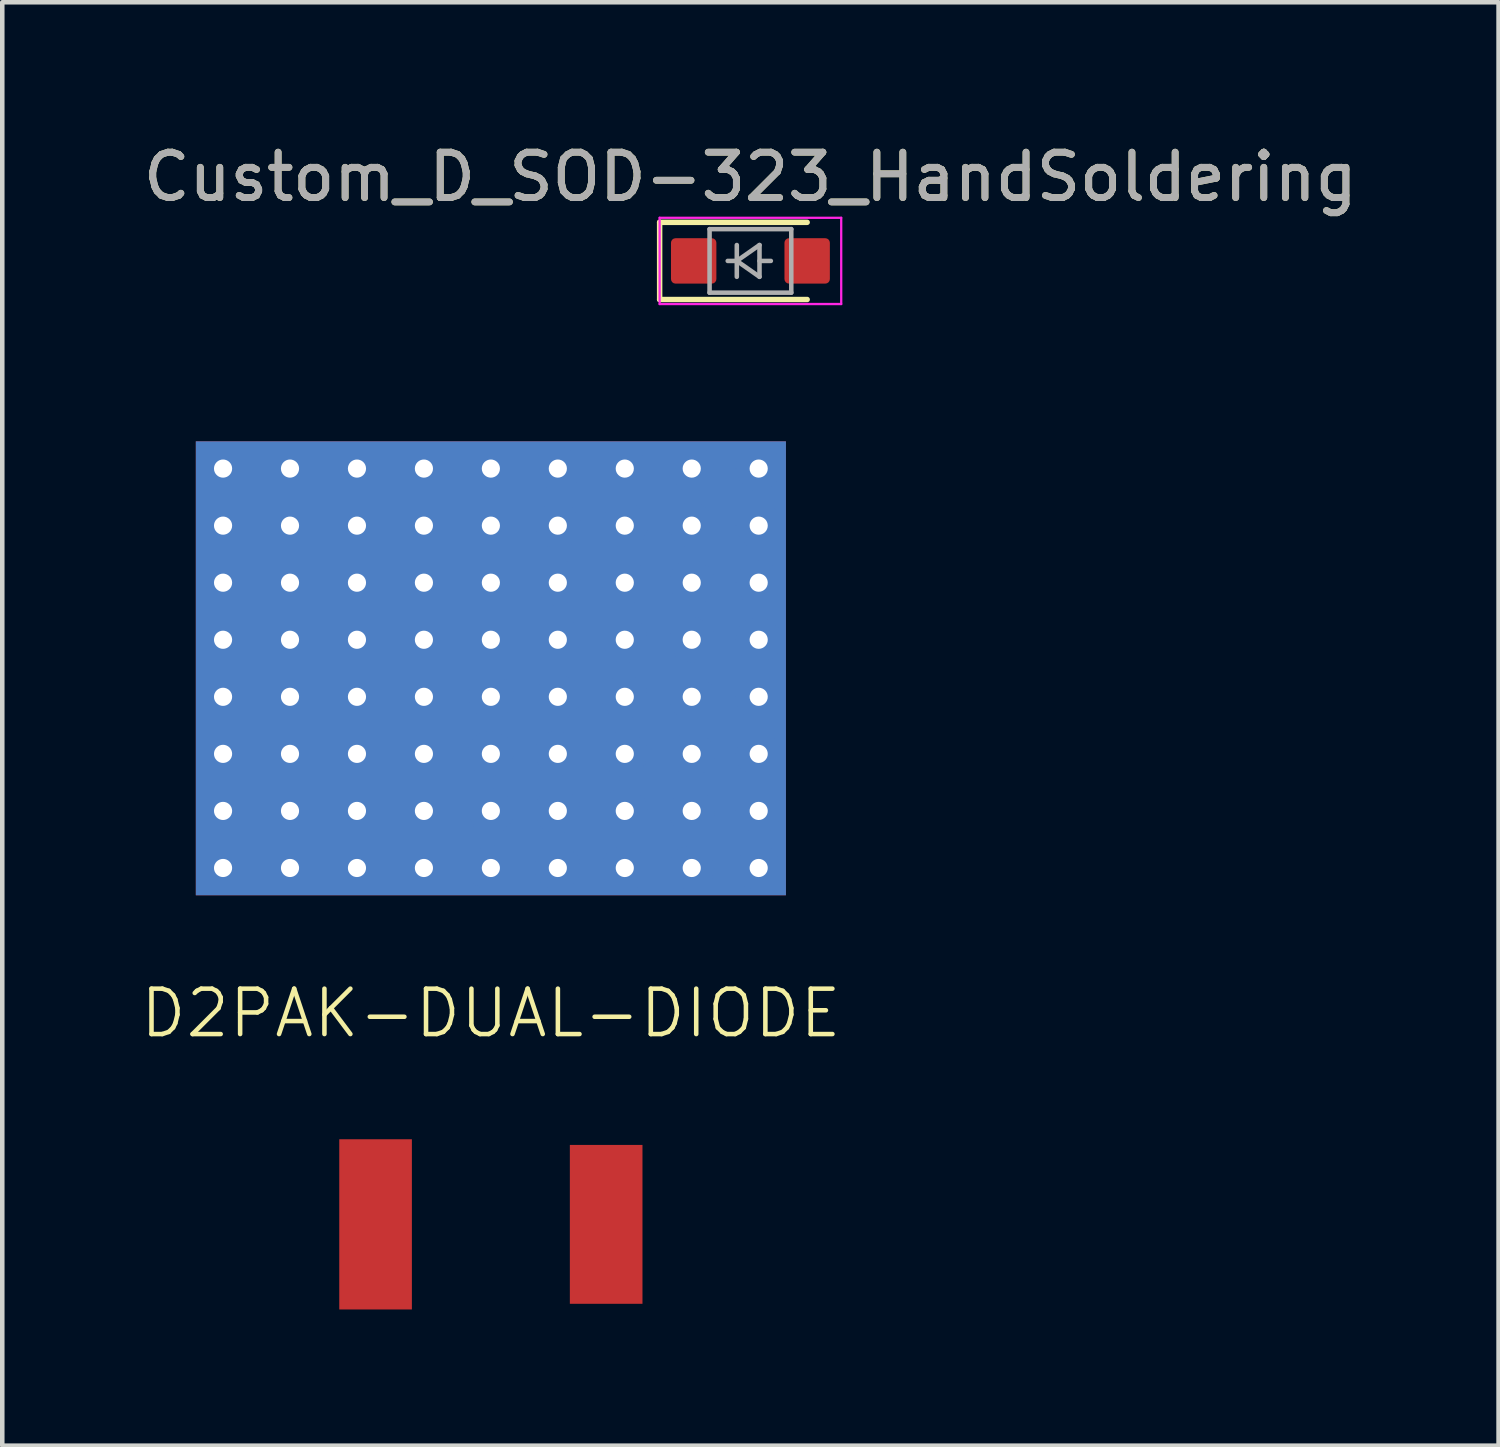
<source format=kicad_pcb>
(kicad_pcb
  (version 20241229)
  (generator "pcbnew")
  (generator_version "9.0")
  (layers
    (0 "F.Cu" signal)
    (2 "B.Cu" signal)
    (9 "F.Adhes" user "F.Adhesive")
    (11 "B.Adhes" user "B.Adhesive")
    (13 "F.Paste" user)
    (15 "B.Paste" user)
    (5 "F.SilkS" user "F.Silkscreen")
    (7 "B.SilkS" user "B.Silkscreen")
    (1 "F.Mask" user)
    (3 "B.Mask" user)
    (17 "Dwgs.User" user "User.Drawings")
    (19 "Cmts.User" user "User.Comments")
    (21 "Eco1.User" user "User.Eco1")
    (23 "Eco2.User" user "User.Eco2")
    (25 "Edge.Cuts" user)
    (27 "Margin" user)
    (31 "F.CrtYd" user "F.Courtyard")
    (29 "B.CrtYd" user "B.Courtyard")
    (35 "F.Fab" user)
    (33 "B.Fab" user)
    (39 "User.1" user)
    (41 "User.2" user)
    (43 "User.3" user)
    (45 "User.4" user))
  (footprint "Custom_D_SOD-323_HandSoldering"
    (layer "F.Cu")
    (at 13.482 2.698)
    (property "Reference" "Custom_D_SOD-323_HandSoldering" (at 0 -1.85 0) (layer "F.SilkS") (effects (font (size 1 1) (thickness 0.15))))
    (attr smd)
    (fp_line (start -2 -0.85) (end -2 0.85) (stroke (width 0.12) (type solid)) (layer "F.SilkS"))
    (fp_line (start -2 -0.85) (end 1.25 -0.85) (stroke (width 0.12) (type solid)) (layer "F.SilkS"))
    (fp_line (start -2 0.85) (end 1.25 0.85) (stroke (width 0.12) (type solid)) (layer "F.SilkS"))
    (fp_line (start -2 -0.95) (end -2 0.95) (stroke (width 0.05) (type solid)) (layer "F.CrtYd"))
    (fp_line (start -2 -0.95) (end 2 -0.95) (stroke (width 0.05) (type solid)) (layer "F.CrtYd"))
    (fp_line (start -2 0.95) (end 2 0.95) (stroke (width 0.05) (type solid)) (layer "F.CrtYd"))
    (fp_line (start 2 -0.95) (end 2 0.95) (stroke (width 0.05) (type solid)) (layer "F.CrtYd"))
    (fp_line (start -0.9 -0.7) (end 0.9 -0.7) (stroke (width 0.1) (type solid)) (layer "F.Fab"))
    (fp_line (start -0.9 0.7) (end -0.9 -0.7) (stroke (width 0.1) (type solid)) (layer "F.Fab"))
    (fp_line (start -0.3 -0.35) (end -0.3 0.35) (stroke (width 0.1) (type solid)) (layer "F.Fab"))
    (fp_line (start -0.3 0) (end -0.5 0) (stroke (width 0.1) (type solid)) (layer "F.Fab"))
    (fp_line (start -0.3 0) (end 0.2 -0.35) (stroke (width 0.1) (type solid)) (layer "F.Fab"))
    (fp_line (start 0.2 -0.35) (end 0.2 0.35) (stroke (width 0.1) (type solid)) (layer "F.Fab"))
    (fp_line (start 0.2 0) (end 0.45 0) (stroke (width 0.1) (type solid)) (layer "F.Fab"))
    (fp_line (start 0.2 0.35) (end -0.3 0) (stroke (width 0.1) (type solid)) (layer "F.Fab"))
    (fp_line (start 0.9 -0.7) (end 0.9 0.7) (stroke (width 0.1) (type solid)) (layer "F.Fab"))
    (fp_line (start 0.9 0.7) (end -0.9 0.7) (stroke (width 0.1) (type solid)) (layer "F.Fab"))
    (fp_text user "${REFERENCE}" (at 0 -1.85 0) (layer "F.Fab") (effects (font (size 1 1) (thickness 0.15))))
    (pad "1" smd roundrect (at -1.25 0) (size 1 1) (layers "F.Cu" "F.Mask" "F.Paste") (roundrect_rratio 0.1))
    (pad "2" smd roundrect (at 1.25 0) (size 1 1) (layers "F.Cu" "F.Mask" "F.Paste") (roundrect_rratio 0.1)))
  (footprint "D2PAK-DUAL-DIODE"
    (layer "F.Cu")
    (at 7.764 13.173)
    (property "Reference" "D2PAK-DUAL-DIODE" (at 0 6.1 0) (layer "F.SilkS") (effects (font (size 1 1) (thickness 0.1))))
    (attr through_hole)
    (pad "1" thru_hole circle (at -5.9 -5.9) (size 1 1) (drill 0.4) (layers "*.Cu" "*.Mask"))
    (pad "1" thru_hole circle (at -5.9 -4.643) (size 1 1) (drill 0.4) (layers "*.Cu" "*.Mask"))
    (pad "1" thru_hole circle (at -5.9 -3.386) (size 1 1) (drill 0.4) (layers "*.Cu" "*.Mask"))
    (pad "1" thru_hole circle (at -5.9 -2.129) (size 1 1) (drill 0.4) (layers "*.Cu" "*.Mask"))
    (pad "1" thru_hole circle (at -5.9 -0.872) (size 1 1) (drill 0.4) (layers "*.Cu" "*.Mask"))
    (pad "1" thru_hole circle (at -5.9 0.385) (size 1 1) (drill 0.4) (layers "*.Cu" "*.Mask"))
    (pad "1" thru_hole circle (at -5.9 1.642) (size 1 1) (drill 0.4) (layers "*.Cu" "*.Mask"))
    (pad "1" thru_hole circle (at -5.9 2.899) (size 1 1) (drill 0.4) (layers "*.Cu" "*.Mask"))
    (pad "1" thru_hole circle (at -4.425 -5.9) (size 1 1) (drill 0.4) (layers "*.Cu" "*.Mask"))
    (pad "1" thru_hole circle (at -4.425 -4.643) (size 1 1) (drill 0.4) (layers "*.Cu" "*.Mask"))
    (pad "1" thru_hole circle (at -4.425 -3.386) (size 1 1) (drill 0.4) (layers "*.Cu" "*.Mask"))
    (pad "1" thru_hole circle (at -4.425 -2.129) (size 1 1) (drill 0.4) (layers "*.Cu" "*.Mask"))
    (pad "1" thru_hole circle (at -4.425 -0.872) (size 1 1) (drill 0.4) (layers "*.Cu" "*.Mask"))
    (pad "1" thru_hole circle (at -4.425 0.385) (size 1 1) (drill 0.4) (layers "*.Cu" "*.Mask"))
    (pad "1" thru_hole circle (at -4.425 1.642) (size 1 1) (drill 0.4) (layers "*.Cu" "*.Mask"))
    (pad "1" thru_hole circle (at -4.425 2.899) (size 1 1) (drill 0.4) (layers "*.Cu" "*.Mask"))
    (pad "1" thru_hole circle (at -2.95 -5.9) (size 1 1) (drill 0.4) (layers "*.Cu" "*.Mask"))
    (pad "1" thru_hole circle (at -2.95 -4.643) (size 1 1) (drill 0.4) (layers "*.Cu" "*.Mask"))
    (pad "1" thru_hole circle (at -2.95 -3.386) (size 1 1) (drill 0.4) (layers "*.Cu" "*.Mask"))
    (pad "1" thru_hole circle (at -2.95 -2.129) (size 1 1) (drill 0.4) (layers "*.Cu" "*.Mask"))
    (pad "1" thru_hole circle (at -2.95 -0.872) (size 1 1) (drill 0.4) (layers "*.Cu" "*.Mask"))
    (pad "1" thru_hole circle (at -2.95 0.385) (size 1 1) (drill 0.4) (layers "*.Cu" "*.Mask"))
    (pad "1" thru_hole circle (at -2.95 1.642) (size 1 1) (drill 0.4) (layers "*.Cu" "*.Mask"))
    (pad "1" thru_hole circle (at -2.95 2.899) (size 1 1) (drill 0.4) (layers "*.Cu" "*.Mask"))
    (pad "1" thru_hole circle (at -1.475 -5.9) (size 1 1) (drill 0.4) (layers "*.Cu" "*.Mask"))
    (pad "1" thru_hole circle (at -1.475 -4.643) (size 1 1) (drill 0.4) (layers "*.Cu" "*.Mask"))
    (pad "1" thru_hole circle (at -1.475 -3.386) (size 1 1) (drill 0.4) (layers "*.Cu" "*.Mask"))
    (pad "1" thru_hole circle (at -1.475 -2.129) (size 1 1) (drill 0.4) (layers "*.Cu" "*.Mask"))
    (pad "1" thru_hole circle (at -1.475 -0.872) (size 1 1) (drill 0.4) (layers "*.Cu" "*.Mask"))
    (pad "1" thru_hole circle (at -1.475 0.385) (size 1 1) (drill 0.4) (layers "*.Cu" "*.Mask"))
    (pad "1" thru_hole circle (at -1.475 1.642) (size 1 1) (drill 0.4) (layers "*.Cu" "*.Mask"))
    (pad "1" thru_hole circle (at -1.475 2.899) (size 1 1) (drill 0.4) (layers "*.Cu" "*.Mask"))
    (pad "1" thru_hole circle (at 0 -5.9) (size 1 1) (drill 0.4) (layers "*.Cu" "*.Mask"))
    (pad "1" thru_hole circle (at 0 -4.643) (size 1 1) (drill 0.4) (layers "*.Cu" "*.Mask"))
    (pad "1" thru_hole circle (at 0 -3.386) (size 1 1) (drill 0.4) (layers "*.Cu" "*.Mask"))
    (pad "1" thru_hole circle (at 0 -2.129) (size 1 1) (drill 0.4) (layers "*.Cu" "*.Mask"))
    (pad "1" smd rect (at 0 -1.5) (size 13 10) (layers "F.Cu" "F.Mask"))
    (pad "1" smd rect (at 0 -1.5) (size 13 10) (layers "B.Cu" "B.Mask"))
    (pad "1" thru_hole circle (at 0 -0.872) (size 1 1) (drill 0.4) (layers "*.Cu" "*.Mask"))
    (pad "1" thru_hole circle (at 0 0.385) (size 1 1) (drill 0.4) (layers "*.Cu" "*.Mask"))
    (pad "1" thru_hole circle (at 0 1.642) (size 1 1) (drill 0.4) (layers "*.Cu" "*.Mask"))
    (pad "1" thru_hole circle (at 0 2.899) (size 1 1) (drill 0.4) (layers "*.Cu" "*.Mask"))
    (pad "1" thru_hole circle (at 1.475 -5.9) (size 1 1) (drill 0.4) (layers "*.Cu" "*.Mask"))
    (pad "1" thru_hole circle (at 1.475 -4.643) (size 1 1) (drill 0.4) (layers "*.Cu" "*.Mask"))
    (pad "1" thru_hole circle (at 1.475 -3.386) (size 1 1) (drill 0.4) (layers "*.Cu" "*.Mask"))
    (pad "1" thru_hole circle (at 1.475 -2.129) (size 1 1) (drill 0.4) (layers "*.Cu" "*.Mask"))
    (pad "1" thru_hole circle (at 1.475 -0.872) (size 1 1) (drill 0.4) (layers "*.Cu" "*.Mask"))
    (pad "1" thru_hole circle (at 1.475 0.385) (size 1 1) (drill 0.4) (layers "*.Cu" "*.Mask"))
    (pad "1" thru_hole circle (at 1.475 1.642) (size 1 1) (drill 0.4) (layers "*.Cu" "*.Mask"))
    (pad "1" thru_hole circle (at 1.475 2.899) (size 1 1) (drill 0.4) (layers "*.Cu" "*.Mask"))
    (pad "1" thru_hole circle (at 2.95 -5.9) (size 1 1) (drill 0.4) (layers "*.Cu" "*.Mask"))
    (pad "1" thru_hole circle (at 2.95 -4.643) (size 1 1) (drill 0.4) (layers "*.Cu" "*.Mask"))
    (pad "1" thru_hole circle (at 2.95 -3.386) (size 1 1) (drill 0.4) (layers "*.Cu" "*.Mask"))
    (pad "1" thru_hole circle (at 2.95 -2.129) (size 1 1) (drill 0.4) (layers "*.Cu" "*.Mask"))
    (pad "1" thru_hole circle (at 2.95 -0.872) (size 1 1) (drill 0.4) (layers "*.Cu" "*.Mask"))
    (pad "1" thru_hole circle (at 2.95 0.385) (size 1 1) (drill 0.4) (layers "*.Cu" "*.Mask"))
    (pad "1" thru_hole circle (at 2.95 1.642) (size 1 1) (drill 0.4) (layers "*.Cu" "*.Mask"))
    (pad "1" thru_hole circle (at 2.95 2.899) (size 1 1) (drill 0.4) (layers "*.Cu" "*.Mask"))
    (pad "1" thru_hole circle (at 4.425 -5.9) (size 1 1) (drill 0.4) (layers "*.Cu" "*.Mask"))
    (pad "1" thru_hole circle (at 4.425 -4.643) (size 1 1) (drill 0.4) (layers "*.Cu" "*.Mask"))
    (pad "1" thru_hole circle (at 4.425 -3.386) (size 1 1) (drill 0.4) (layers "*.Cu" "*.Mask"))
    (pad "1" thru_hole circle (at 4.425 -2.129) (size 1 1) (drill 0.4) (layers "*.Cu" "*.Mask"))
    (pad "1" thru_hole circle (at 4.425 -0.872) (size 1 1) (drill 0.4) (layers "*.Cu" "*.Mask"))
    (pad "1" thru_hole circle (at 4.425 0.385) (size 1 1) (drill 0.4) (layers "*.Cu" "*.Mask"))
    (pad "1" thru_hole circle (at 4.425 1.642) (size 1 1) (drill 0.4) (layers "*.Cu" "*.Mask"))
    (pad "1" thru_hole circle (at 4.425 2.899) (size 1 1) (drill 0.4) (layers "*.Cu" "*.Mask"))
    (pad "1" thru_hole circle (at 5.9 -5.9) (size 1 1) (drill 0.4) (layers "*.Cu" "*.Mask"))
    (pad "1" thru_hole circle (at 5.9 -4.643) (size 1 1) (drill 0.4) (layers "*.Cu" "*.Mask"))
    (pad "1" thru_hole circle (at 5.9 -3.386) (size 1 1) (drill 0.4) (layers "*.Cu" "*.Mask"))
    (pad "1" thru_hole circle (at 5.9 -2.129) (size 1 1) (drill 0.4) (layers "*.Cu" "*.Mask"))
    (pad "1" thru_hole circle (at 5.9 -0.872) (size 1 1) (drill 0.4) (layers "*.Cu" "*.Mask"))
    (pad "1" thru_hole circle (at 5.9 0.385) (size 1 1) (drill 0.4) (layers "*.Cu" "*.Mask"))
    (pad "1" thru_hole circle (at 5.9 1.642) (size 1 1) (drill 0.4) (layers "*.Cu" "*.Mask"))
    (pad "1" thru_hole circle (at 5.9 2.899) (size 1 1) (drill 0.4) (layers "*.Cu" "*.Mask"))
    (pad "2" smd rect (at -2.54 10.75) (size 1.6 3.75) (layers "F.Cu" "F.Mask" "F.Paste"))
    (pad "2" smd rect (at 2.54 10.75) (size 1.6 3.5) (layers "F.Cu" "F.Mask" "F.Paste")))
  (gr_rect
    (start -3 -3)
    (end 29.964 28.798)
    (stroke (width 0.1) (type default))
    (fill no)
    (layer "Edge.Cuts")))
</source>
